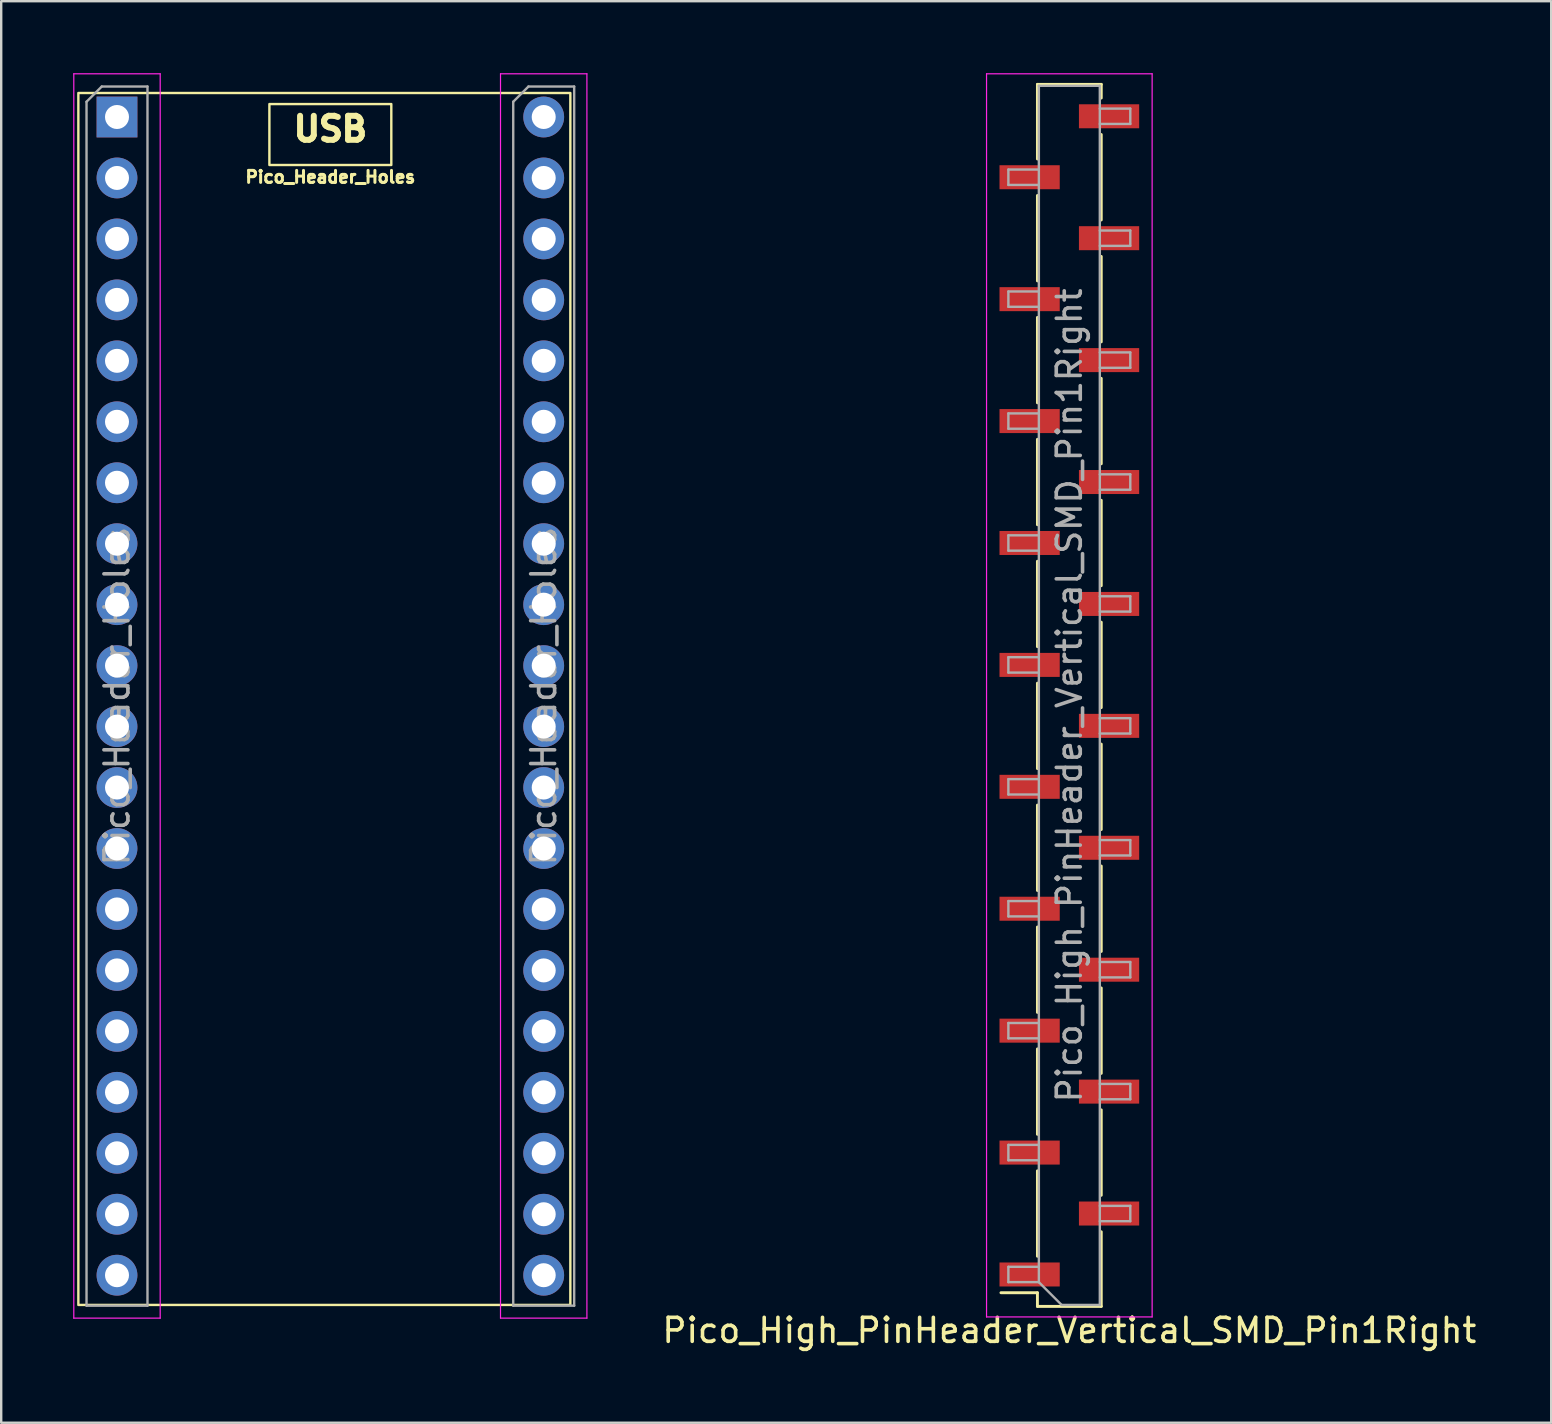
<source format=kicad_pcb>
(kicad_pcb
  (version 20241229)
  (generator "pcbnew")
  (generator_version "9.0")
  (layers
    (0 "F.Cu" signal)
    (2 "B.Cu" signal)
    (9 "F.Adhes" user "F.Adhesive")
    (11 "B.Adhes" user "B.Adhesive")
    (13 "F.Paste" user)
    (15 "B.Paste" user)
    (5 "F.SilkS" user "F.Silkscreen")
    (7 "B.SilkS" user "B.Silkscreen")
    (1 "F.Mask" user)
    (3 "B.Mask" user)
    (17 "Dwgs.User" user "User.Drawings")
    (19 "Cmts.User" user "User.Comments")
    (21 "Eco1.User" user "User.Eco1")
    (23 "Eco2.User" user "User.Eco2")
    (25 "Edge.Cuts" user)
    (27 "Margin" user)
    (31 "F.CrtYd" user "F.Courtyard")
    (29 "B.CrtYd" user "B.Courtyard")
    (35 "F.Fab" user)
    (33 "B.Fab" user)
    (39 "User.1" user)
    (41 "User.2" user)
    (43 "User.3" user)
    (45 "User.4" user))
  (footprint "Pico_High_PinHeader_Vertical_SMD_Pin1Right"
    (layer "F.Cu")
    (at 32.617 25.925)
    (property "Reference" "Pico_High_PinHeader_Vertical_SMD_Pin1Right" (at 8.89 26.46 180) (layer "F.SilkS") (effects (font (size 1 1) (thickness 0.15))))
    (attr smd)
    (fp_line (start 7.56 -22.35) (end 7.56 -25.46) (stroke (width 0.12) (type solid)) (layer "F.SilkS"))
    (fp_line (start 7.56 -17.27) (end 7.56 -20.83) (stroke (width 0.12) (type solid)) (layer "F.SilkS"))
    (fp_line (start 7.56 -12.19) (end 7.56 -15.75) (stroke (width 0.12) (type solid)) (layer "F.SilkS"))
    (fp_line (start 7.56 -7.11) (end 7.56 -10.67) (stroke (width 0.12) (type solid)) (layer "F.SilkS"))
    (fp_line (start 7.56 -2.03) (end 7.56 -5.59) (stroke (width 0.12) (type solid)) (layer "F.SilkS"))
    (fp_line (start 7.56 3.05) (end 7.56 -0.51) (stroke (width 0.12) (type solid)) (layer "F.SilkS"))
    (fp_line (start 7.56 8.13) (end 7.56 4.57) (stroke (width 0.12) (type solid)) (layer "F.SilkS"))
    (fp_line (start 7.56 13.21) (end 7.56 9.65) (stroke (width 0.12) (type solid)) (layer "F.SilkS"))
    (fp_line (start 7.56 18.29) (end 7.56 14.73) (stroke (width 0.12) (type solid)) (layer "F.SilkS"))
    (fp_line (start 7.56 23.37) (end 7.56 19.81) (stroke (width 0.12) (type solid)) (layer "F.SilkS"))
    (fp_line (start 7.56 24.89) (end 6.04 24.89) (stroke (width 0.12) (type solid)) (layer "F.SilkS"))
    (fp_line (start 7.56 25.46) (end 7.56 24.89) (stroke (width 0.12) (type solid)) (layer "F.SilkS"))
    (fp_line (start 10.22 -25.46) (end 7.56 -25.46) (stroke (width 0.12) (type solid)) (layer "F.SilkS"))
    (fp_line (start 10.22 -24.89) (end 10.22 -25.46) (stroke (width 0.12) (type solid)) (layer "F.SilkS"))
    (fp_line (start 10.22 -19.81) (end 10.22 -23.37) (stroke (width 0.12) (type solid)) (layer "F.SilkS"))
    (fp_line (start 10.22 -14.73) (end 10.22 -18.29) (stroke (width 0.12) (type solid)) (layer "F.SilkS"))
    (fp_line (start 10.22 -9.65) (end 10.22 -13.21) (stroke (width 0.12) (type solid)) (layer "F.SilkS"))
    (fp_line (start 10.22 -4.57) (end 10.22 -8.13) (stroke (width 0.12) (type solid)) (layer "F.SilkS"))
    (fp_line (start 10.22 0.51) (end 10.22 -3.05) (stroke (width 0.12) (type solid)) (layer "F.SilkS"))
    (fp_line (start 10.22 5.59) (end 10.22 2.03) (stroke (width 0.12) (type solid)) (layer "F.SilkS"))
    (fp_line (start 10.22 10.67) (end 10.22 7.11) (stroke (width 0.12) (type solid)) (layer "F.SilkS"))
    (fp_line (start 10.22 15.75) (end 10.22 12.19) (stroke (width 0.12) (type solid)) (layer "F.SilkS"))
    (fp_line (start 10.22 20.83) (end 10.22 17.27) (stroke (width 0.12) (type solid)) (layer "F.SilkS"))
    (fp_line (start 10.22 25.46) (end 7.56 25.46) (stroke (width 0.12) (type solid)) (layer "F.SilkS"))
    (fp_line (start 10.22 25.46) (end 10.22 22.35) (stroke (width 0.12) (type solid)) (layer "F.SilkS"))
    (fp_line (start 5.44 -25.9) (end 5.44 25.9) (stroke (width 0.05) (type solid)) (layer "F.CrtYd"))
    (fp_line (start 5.44 25.9) (end 12.34 25.9) (stroke (width 0.05) (type solid)) (layer "F.CrtYd"))
    (fp_line (start 12.34 -25.9) (end 5.44 -25.9) (stroke (width 0.05) (type solid)) (layer "F.CrtYd"))
    (fp_line (start 12.34 25.9) (end 12.34 -25.9) (stroke (width 0.05) (type solid)) (layer "F.CrtYd"))
    (fp_line (start 6.35 -21.91) (end 7.62 -21.91) (stroke (width 0.1) (type solid)) (layer "F.Fab"))
    (fp_line (start 6.35 -21.27) (end 6.35 -21.91) (stroke (width 0.1) (type solid)) (layer "F.Fab"))
    (fp_line (start 6.35 -16.83) (end 7.62 -16.83) (stroke (width 0.1) (type solid)) (layer "F.Fab"))
    (fp_line (start 6.35 -16.19) (end 6.35 -16.83) (stroke (width 0.1) (type solid)) (layer "F.Fab"))
    (fp_line (start 6.35 -11.75) (end 7.62 -11.75) (stroke (width 0.1) (type solid)) (layer "F.Fab"))
    (fp_line (start 6.35 -11.11) (end 6.35 -11.75) (stroke (width 0.1) (type solid)) (layer "F.Fab"))
    (fp_line (start 6.35 -6.67) (end 7.62 -6.67) (stroke (width 0.1) (type solid)) (layer "F.Fab"))
    (fp_line (start 6.35 -6.03) (end 6.35 -6.67) (stroke (width 0.1) (type solid)) (layer "F.Fab"))
    (fp_line (start 6.35 -1.59) (end 7.62 -1.59) (stroke (width 0.1) (type solid)) (layer "F.Fab"))
    (fp_line (start 6.35 -0.95) (end 6.35 -1.59) (stroke (width 0.1) (type solid)) (layer "F.Fab"))
    (fp_line (start 6.35 3.49) (end 7.62 3.49) (stroke (width 0.1) (type solid)) (layer "F.Fab"))
    (fp_line (start 6.35 4.13) (end 6.35 3.49) (stroke (width 0.1) (type solid)) (layer "F.Fab"))
    (fp_line (start 6.35 8.57) (end 7.62 8.57) (stroke (width 0.1) (type solid)) (layer "F.Fab"))
    (fp_line (start 6.35 9.21) (end 6.35 8.57) (stroke (width 0.1) (type solid)) (layer "F.Fab"))
    (fp_line (start 6.35 13.65) (end 7.62 13.65) (stroke (width 0.1) (type solid)) (layer "F.Fab"))
    (fp_line (start 6.35 14.29) (end 6.35 13.65) (stroke (width 0.1) (type solid)) (layer "F.Fab"))
    (fp_line (start 6.35 18.73) (end 7.62 18.73) (stroke (width 0.1) (type solid)) (layer "F.Fab"))
    (fp_line (start 6.35 19.37) (end 6.35 18.73) (stroke (width 0.1) (type solid)) (layer "F.Fab"))
    (fp_line (start 6.35 23.81) (end 7.62 23.81) (stroke (width 0.1) (type solid)) (layer "F.Fab"))
    (fp_line (start 6.35 24.45) (end 6.35 23.81) (stroke (width 0.1) (type solid)) (layer "F.Fab"))
    (fp_line (start 7.62 -25.4) (end 7.62 24.45) (stroke (width 0.1) (type solid)) (layer "F.Fab"))
    (fp_line (start 7.62 -25.4) (end 10.16 -25.4) (stroke (width 0.1) (type solid)) (layer "F.Fab"))
    (fp_line (start 7.62 -21.27) (end 6.35 -21.27) (stroke (width 0.1) (type solid)) (layer "F.Fab"))
    (fp_line (start 7.62 -16.19) (end 6.35 -16.19) (stroke (width 0.1) (type solid)) (layer "F.Fab"))
    (fp_line (start 7.62 -11.11) (end 6.35 -11.11) (stroke (width 0.1) (type solid)) (layer "F.Fab"))
    (fp_line (start 7.62 -6.03) (end 6.35 -6.03) (stroke (width 0.1) (type solid)) (layer "F.Fab"))
    (fp_line (start 7.62 -0.95) (end 6.35 -0.95) (stroke (width 0.1) (type solid)) (layer "F.Fab"))
    (fp_line (start 7.62 4.13) (end 6.35 4.13) (stroke (width 0.1) (type solid)) (layer "F.Fab"))
    (fp_line (start 7.62 9.21) (end 6.35 9.21) (stroke (width 0.1) (type solid)) (layer "F.Fab"))
    (fp_line (start 7.62 14.29) (end 6.35 14.29) (stroke (width 0.1) (type solid)) (layer "F.Fab"))
    (fp_line (start 7.62 19.37) (end 6.35 19.37) (stroke (width 0.1) (type solid)) (layer "F.Fab"))
    (fp_line (start 7.62 24.45) (end 6.35 24.45) (stroke (width 0.1) (type solid)) (layer "F.Fab"))
    (fp_line (start 7.62 24.45) (end 8.57 25.4) (stroke (width 0.1) (type solid)) (layer "F.Fab"))
    (fp_line (start 10.16 -23.81) (end 11.43 -23.81) (stroke (width 0.1) (type solid)) (layer "F.Fab"))
    (fp_line (start 10.16 -18.73) (end 11.43 -18.73) (stroke (width 0.1) (type solid)) (layer "F.Fab"))
    (fp_line (start 10.16 -13.65) (end 11.43 -13.65) (stroke (width 0.1) (type solid)) (layer "F.Fab"))
    (fp_line (start 10.16 -8.57) (end 11.43 -8.57) (stroke (width 0.1) (type solid)) (layer "F.Fab"))
    (fp_line (start 10.16 -3.49) (end 11.43 -3.49) (stroke (width 0.1) (type solid)) (layer "F.Fab"))
    (fp_line (start 10.16 1.59) (end 11.43 1.59) (stroke (width 0.1) (type solid)) (layer "F.Fab"))
    (fp_line (start 10.16 6.67) (end 11.43 6.67) (stroke (width 0.1) (type solid)) (layer "F.Fab"))
    (fp_line (start 10.16 11.75) (end 11.43 11.75) (stroke (width 0.1) (type solid)) (layer "F.Fab"))
    (fp_line (start 10.16 16.83) (end 11.43 16.83) (stroke (width 0.1) (type solid)) (layer "F.Fab"))
    (fp_line (start 10.16 21.91) (end 11.43 21.91) (stroke (width 0.1) (type solid)) (layer "F.Fab"))
    (fp_line (start 10.16 25.4) (end 8.57 25.4) (stroke (width 0.1) (type solid)) (layer "F.Fab"))
    (fp_line (start 10.16 25.4) (end 10.16 -25.4) (stroke (width 0.1) (type solid)) (layer "F.Fab"))
    (fp_line (start 11.43 -24.45) (end 10.16 -24.45) (stroke (width 0.1) (type solid)) (layer "F.Fab"))
    (fp_line (start 11.43 -23.81) (end 11.43 -24.45) (stroke (width 0.1) (type solid)) (layer "F.Fab"))
    (fp_line (start 11.43 -19.37) (end 10.16 -19.37) (stroke (width 0.1) (type solid)) (layer "F.Fab"))
    (fp_line (start 11.43 -18.73) (end 11.43 -19.37) (stroke (width 0.1) (type solid)) (layer "F.Fab"))
    (fp_line (start 11.43 -14.29) (end 10.16 -14.29) (stroke (width 0.1) (type solid)) (layer "F.Fab"))
    (fp_line (start 11.43 -13.65) (end 11.43 -14.29) (stroke (width 0.1) (type solid)) (layer "F.Fab"))
    (fp_line (start 11.43 -9.21) (end 10.16 -9.21) (stroke (width 0.1) (type solid)) (layer "F.Fab"))
    (fp_line (start 11.43 -8.57) (end 11.43 -9.21) (stroke (width 0.1) (type solid)) (layer "F.Fab"))
    (fp_line (start 11.43 -4.13) (end 10.16 -4.13) (stroke (width 0.1) (type solid)) (layer "F.Fab"))
    (fp_line (start 11.43 -3.49) (end 11.43 -4.13) (stroke (width 0.1) (type solid)) (layer "F.Fab"))
    (fp_line (start 11.43 0.95) (end 10.16 0.95) (stroke (width 0.1) (type solid)) (layer "F.Fab"))
    (fp_line (start 11.43 1.59) (end 11.43 0.95) (stroke (width 0.1) (type solid)) (layer "F.Fab"))
    (fp_line (start 11.43 6.03) (end 10.16 6.03) (stroke (width 0.1) (type solid)) (layer "F.Fab"))
    (fp_line (start 11.43 6.67) (end 11.43 6.03) (stroke (width 0.1) (type solid)) (layer "F.Fab"))
    (fp_line (start 11.43 11.11) (end 10.16 11.11) (stroke (width 0.1) (type solid)) (layer "F.Fab"))
    (fp_line (start 11.43 11.75) (end 11.43 11.11) (stroke (width 0.1) (type solid)) (layer "F.Fab"))
    (fp_line (start 11.43 16.19) (end 10.16 16.19) (stroke (width 0.1) (type solid)) (layer "F.Fab"))
    (fp_line (start 11.43 16.83) (end 11.43 16.19) (stroke (width 0.1) (type solid)) (layer "F.Fab"))
    (fp_line (start 11.43 21.27) (end 10.16 21.27) (stroke (width 0.1) (type solid)) (layer "F.Fab"))
    (fp_line (start 11.43 21.91) (end 11.43 21.27) (stroke (width 0.1) (type solid)) (layer "F.Fab"))
    (fp_text user "${REFERENCE}" (at 8.89 0 270) (layer "F.Fab") (effects (font (size 1 1) (thickness 0.15))))
    (pad "21" smd rect (at 7.235 24.13 180) (size 2.51 1) (layers "F.Cu" "F.Mask" "F.Paste"))
    (pad "22" smd rect (at 10.545 21.59 180) (size 2.51 1) (layers "F.Cu" "F.Mask" "F.Paste"))
    (pad "23" smd rect (at 7.235 19.05 180) (size 2.51 1) (layers "F.Cu" "F.Mask" "F.Paste"))
    (pad "24" smd rect (at 10.545 16.51 180) (size 2.51 1) (layers "F.Cu" "F.Mask" "F.Paste"))
    (pad "25" smd rect (at 7.235 13.97 180) (size 2.51 1) (layers "F.Cu" "F.Mask" "F.Paste"))
    (pad "26" smd rect (at 10.545 11.43 180) (size 2.51 1) (layers "F.Cu" "F.Mask" "F.Paste"))
    (pad "27" smd rect (at 7.235 8.89 180) (size 2.51 1) (layers "F.Cu" "F.Mask" "F.Paste"))
    (pad "28" smd rect (at 10.545 6.35 180) (size 2.51 1) (layers "F.Cu" "F.Mask" "F.Paste"))
    (pad "29" smd rect (at 7.235 3.81 180) (size 2.51 1) (layers "F.Cu" "F.Mask" "F.Paste"))
    (pad "30" smd rect (at 10.545 1.27 180) (size 2.51 1) (layers "F.Cu" "F.Mask" "F.Paste"))
    (pad "31" smd rect (at 7.235 -1.27 180) (size 2.51 1) (layers "F.Cu" "F.Mask" "F.Paste"))
    (pad "32" smd rect (at 10.545 -3.81 180) (size 2.51 1) (layers "F.Cu" "F.Mask" "F.Paste"))
    (pad "33" smd rect (at 7.235 -6.35 180) (size 2.51 1) (layers "F.Cu" "F.Mask" "F.Paste"))
    (pad "34" smd rect (at 10.545 -8.89 180) (size 2.51 1) (layers "F.Cu" "F.Mask" "F.Paste"))
    (pad "35" smd rect (at 7.235 -11.43 180) (size 2.51 1) (layers "F.Cu" "F.Mask" "F.Paste"))
    (pad "36" smd rect (at 10.545 -13.97 180) (size 2.51 1) (layers "F.Cu" "F.Mask" "F.Paste"))
    (pad "37" smd rect (at 7.235 -16.51 180) (size 2.51 1) (layers "F.Cu" "F.Mask" "F.Paste"))
    (pad "38" smd rect (at 10.545 -19.05 180) (size 2.51 1) (layers "F.Cu" "F.Mask" "F.Paste"))
    (pad "39" smd rect (at 7.235 -21.59 180) (size 2.51 1) (layers "F.Cu" "F.Mask" "F.Paste"))
    (pad "40" smd rect (at 10.545 -24.13 180) (size 2.51 1) (layers "F.Cu" "F.Mask" "F.Paste")))
  (footprint "Pico_Header_Holes"
    (layer "F.Cu")
    (at 10.715 1.825)
    (property "Reference" "Pico_Header_Holes" (at 0 2.5 0) (layer "F.SilkS") (effects (font (size 0.5 0.5) (thickness 0.125) (bold yes))))
    (attr through_hole)
    (fp_rect (start -10.5 -1) (end 10 49.5) (stroke (width 0.1) (type default)) (fill no) (layer "F.SilkS"))
    (fp_rect (start -2.54 -0.54) (end 2.54 2) (stroke (width 0.1) (type default)) (fill no) (layer "F.SilkS"))
    (fp_line (start -10.69 -1.8) (end -10.69 50.05) (stroke (width 0.05) (type solid)) (layer "F.CrtYd"))
    (fp_line (start -10.69 50.05) (end -7.09 50.05) (stroke (width 0.05) (type solid)) (layer "F.CrtYd"))
    (fp_line (start -7.09 -1.8) (end -10.69 -1.8) (stroke (width 0.05) (type solid)) (layer "F.CrtYd"))
    (fp_line (start -7.09 50.05) (end -7.09 -1.8) (stroke (width 0.05) (type solid)) (layer "F.CrtYd"))
    (fp_line (start 7.09 -1.8) (end 7.09 50.05) (stroke (width 0.05) (type solid)) (layer "F.CrtYd"))
    (fp_line (start 7.09 50.05) (end 10.69 50.05) (stroke (width 0.05) (type solid)) (layer "F.CrtYd"))
    (fp_line (start 10.69 -1.8) (end 7.09 -1.8) (stroke (width 0.05) (type solid)) (layer "F.CrtYd"))
    (fp_line (start 10.69 50.05) (end 10.69 -1.8) (stroke (width 0.05) (type solid)) (layer "F.CrtYd"))
    (fp_line (start -10.16 -0.635) (end -9.525 -1.27) (stroke (width 0.1) (type solid)) (layer "F.Fab"))
    (fp_line (start -10.16 49.53) (end -10.16 -0.635) (stroke (width 0.1) (type solid)) (layer "F.Fab"))
    (fp_line (start -9.525 -1.27) (end -7.62 -1.27) (stroke (width 0.1) (type solid)) (layer "F.Fab"))
    (fp_line (start -7.62 -1.27) (end -7.62 49.53) (stroke (width 0.1) (type solid)) (layer "F.Fab"))
    (fp_line (start -7.62 49.53) (end -10.16 49.53) (stroke (width 0.1) (type solid)) (layer "F.Fab"))
    (fp_line (start 7.62 -0.635) (end 8.255 -1.27) (stroke (width 0.1) (type solid)) (layer "F.Fab"))
    (fp_line (start 7.62 49.53) (end 7.62 -0.635) (stroke (width 0.1) (type solid)) (layer "F.Fab"))
    (fp_line (start 8.255 -1.27) (end 10.16 -1.27) (stroke (width 0.1) (type solid)) (layer "F.Fab"))
    (fp_line (start 10.16 -1.27) (end 10.16 49.53) (stroke (width 0.1) (type solid)) (layer "F.Fab"))
    (fp_line (start 10.16 49.53) (end 7.62 49.53) (stroke (width 0.1) (type solid)) (layer "F.Fab"))
    (fp_text user "USB" (at 0 0.5 0) (unlocked yes) (layer "F.SilkS") (effects (font (size 1 1) (thickness 0.25) (bold yes))))
    (fp_text user "${REFERENCE}" (at -8.89 24.13 90) (layer "F.Fab") (effects (font (size 1 1) (thickness 0.15))))
    (fp_text user "${REFERENCE}" (at 8.89 24.13 90) (layer "F.Fab") (effects (font (size 1 1) (thickness 0.15))))
    (pad "1" thru_hole rect (at -8.89 0) (size 1.7 1.7) (drill 1) (layers "*.Cu" "*.Mask"))
    (pad "2" thru_hole oval (at -8.89 2.54) (size 1.7 1.7) (drill 1) (layers "*.Cu" "*.Mask"))
    (pad "3" thru_hole oval (at -8.89 5.08) (size 1.7 1.7) (drill 1) (layers "*.Cu" "*.Mask"))
    (pad "4" thru_hole oval (at -8.89 7.62) (size 1.7 1.7) (drill 1) (layers "*.Cu" "*.Mask"))
    (pad "5" thru_hole oval (at -8.89 10.16) (size 1.7 1.7) (drill 1) (layers "*.Cu" "*.Mask"))
    (pad "6" thru_hole oval (at -8.89 12.7) (size 1.7 1.7) (drill 1) (layers "*.Cu" "*.Mask"))
    (pad "7" thru_hole oval (at -8.89 15.24) (size 1.7 1.7) (drill 1) (layers "*.Cu" "*.Mask"))
    (pad "8" thru_hole oval (at -8.89 17.78) (size 1.7 1.7) (drill 1) (layers "*.Cu" "*.Mask"))
    (pad "9" thru_hole oval (at -8.89 20.32) (size 1.7 1.7) (drill 1) (layers "*.Cu" "*.Mask"))
    (pad "10" thru_hole oval (at -8.89 22.86) (size 1.7 1.7) (drill 1) (layers "*.Cu" "*.Mask"))
    (pad "11" thru_hole oval (at -8.89 25.4) (size 1.7 1.7) (drill 1) (layers "*.Cu" "*.Mask"))
    (pad "12" thru_hole oval (at -8.89 27.94) (size 1.7 1.7) (drill 1) (layers "*.Cu" "*.Mask"))
    (pad "13" thru_hole oval (at -8.89 30.48) (size 1.7 1.7) (drill 1) (layers "*.Cu" "*.Mask"))
    (pad "14" thru_hole oval (at -8.89 33.02) (size 1.7 1.7) (drill 1) (layers "*.Cu" "*.Mask"))
    (pad "15" thru_hole oval (at -8.89 35.56) (size 1.7 1.7) (drill 1) (layers "*.Cu" "*.Mask"))
    (pad "16" thru_hole oval (at -8.89 38.1) (size 1.7 1.7) (drill 1) (layers "*.Cu" "*.Mask"))
    (pad "17" thru_hole oval (at -8.89 40.64) (size 1.7 1.7) (drill 1) (layers "*.Cu" "*.Mask"))
    (pad "18" thru_hole oval (at -8.89 43.18) (size 1.7 1.7) (drill 1) (layers "*.Cu" "*.Mask"))
    (pad "19" thru_hole oval (at -8.89 45.72) (size 1.7 1.7) (drill 1) (layers "*.Cu" "*.Mask"))
    (pad "20" thru_hole oval (at -8.89 48.26) (size 1.7 1.7) (drill 1) (layers "*.Cu" "*.Mask"))
    (pad "21" thru_hole oval (at 8.89 48.26) (size 1.7 1.7) (drill 1) (layers "*.Cu" "*.Mask"))
    (pad "22" thru_hole oval (at 8.89 45.72) (size 1.7 1.7) (drill 1) (layers "*.Cu" "*.Mask"))
    (pad "23" thru_hole oval (at 8.89 43.18) (size 1.7 1.7) (drill 1) (layers "*.Cu" "*.Mask"))
    (pad "24" thru_hole oval (at 8.89 40.64) (size 1.7 1.7) (drill 1) (layers "*.Cu" "*.Mask"))
    (pad "25" thru_hole oval (at 8.89 38.1) (size 1.7 1.7) (drill 1) (layers "*.Cu" "*.Mask"))
    (pad "26" thru_hole oval (at 8.89 35.56) (size 1.7 1.7) (drill 1) (layers "*.Cu" "*.Mask"))
    (pad "27" thru_hole oval (at 8.89 33.02) (size 1.7 1.7) (drill 1) (layers "*.Cu" "*.Mask"))
    (pad "28" thru_hole oval (at 8.89 30.48) (size 1.7 1.7) (drill 1) (layers "*.Cu" "*.Mask"))
    (pad "29" thru_hole oval (at 8.89 27.94) (size 1.7 1.7) (drill 1) (layers "*.Cu" "*.Mask"))
    (pad "30" thru_hole oval (at 8.89 25.4) (size 1.7 1.7) (drill 1) (layers "*.Cu" "*.Mask"))
    (pad "31" thru_hole oval (at 8.89 22.86) (size 1.7 1.7) (drill 1) (layers "*.Cu" "*.Mask"))
    (pad "32" thru_hole oval (at 8.89 20.32) (size 1.7 1.7) (drill 1) (layers "*.Cu" "*.Mask"))
    (pad "33" thru_hole oval (at 8.89 17.78) (size 1.7 1.7) (drill 1) (layers "*.Cu" "*.Mask"))
    (pad "34" thru_hole oval (at 8.89 15.24) (size 1.7 1.7) (drill 1) (layers "*.Cu" "*.Mask"))
    (pad "35" thru_hole oval (at 8.89 12.7) (size 1.7 1.7) (drill 1) (layers "*.Cu" "*.Mask"))
    (pad "36" thru_hole oval (at 8.89 10.16) (size 1.7 1.7) (drill 1) (layers "*.Cu" "*.Mask"))
    (pad "37" thru_hole oval (at 8.89 7.62) (size 1.7 1.7) (drill 1) (layers "*.Cu" "*.Mask"))
    (pad "38" thru_hole oval (at 8.89 5.08) (size 1.7 1.7) (drill 1) (layers "*.Cu" "*.Mask"))
    (pad "39" thru_hole oval (at 8.89 2.54) (size 1.7 1.7) (drill 1) (layers "*.Cu" "*.Mask"))
    (pad "40" thru_hole circle (at 8.89 0) (size 1.7 1.7) (drill 1) (layers "*.Cu" "*.Mask")))
  (gr_rect
    (start -3 -3)
    (end 61.585 56.233)
    (stroke (width 0.1) (type default))
    (fill no)
    (layer "Edge.Cuts")))
</source>
